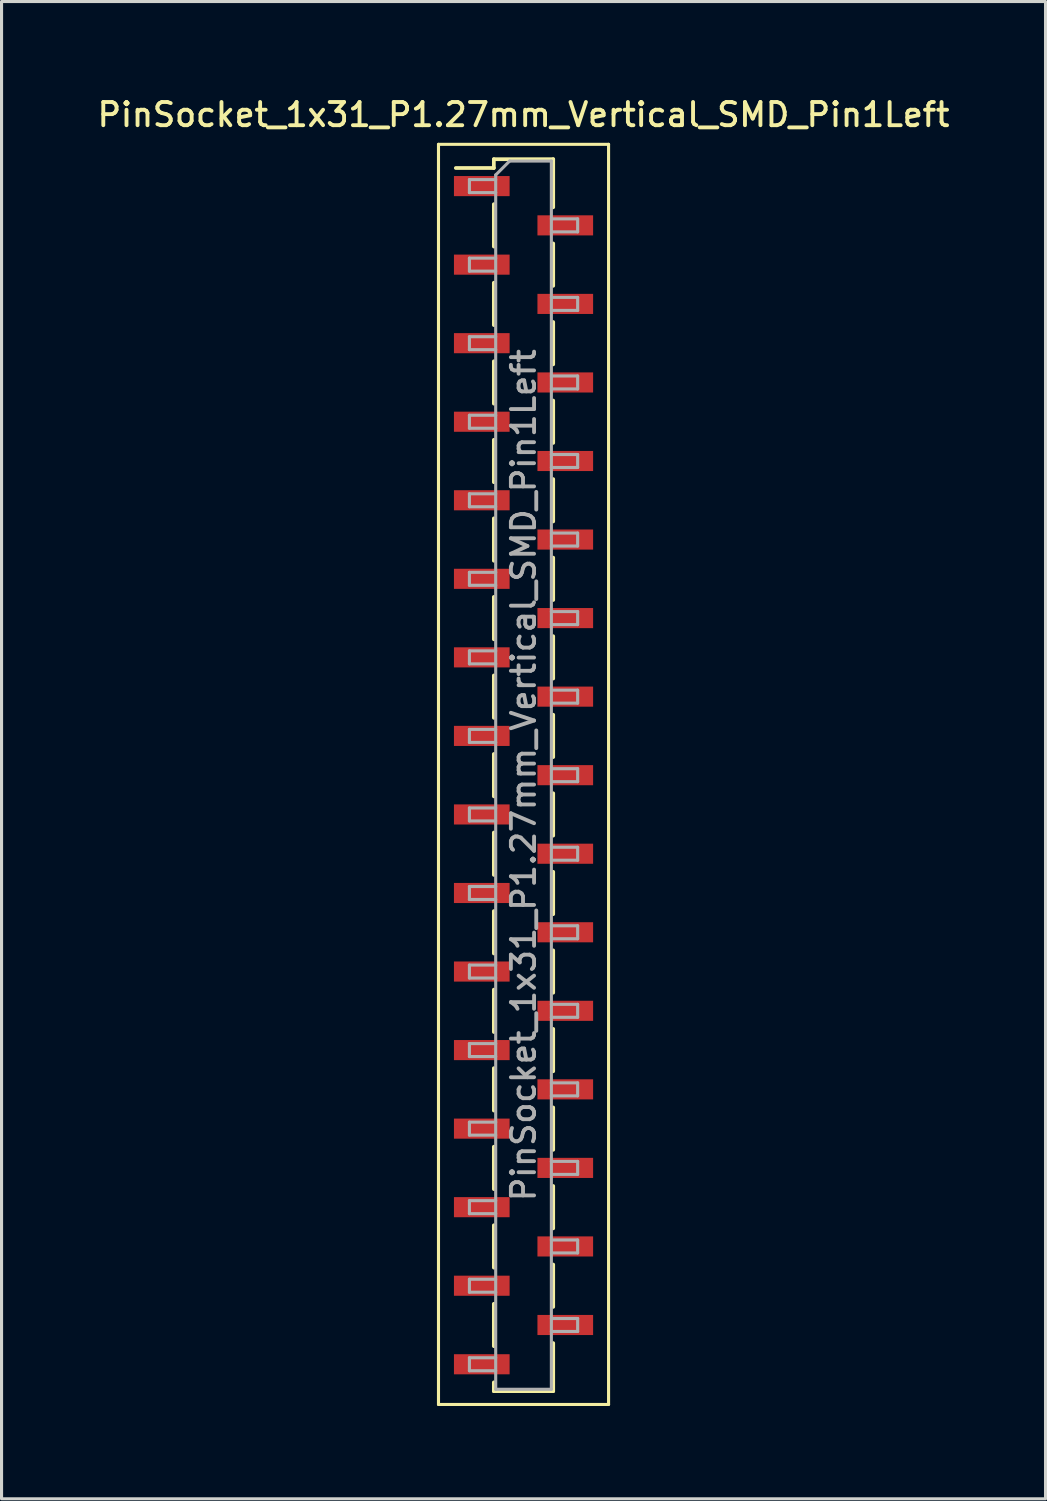
<source format=kicad_pcb>
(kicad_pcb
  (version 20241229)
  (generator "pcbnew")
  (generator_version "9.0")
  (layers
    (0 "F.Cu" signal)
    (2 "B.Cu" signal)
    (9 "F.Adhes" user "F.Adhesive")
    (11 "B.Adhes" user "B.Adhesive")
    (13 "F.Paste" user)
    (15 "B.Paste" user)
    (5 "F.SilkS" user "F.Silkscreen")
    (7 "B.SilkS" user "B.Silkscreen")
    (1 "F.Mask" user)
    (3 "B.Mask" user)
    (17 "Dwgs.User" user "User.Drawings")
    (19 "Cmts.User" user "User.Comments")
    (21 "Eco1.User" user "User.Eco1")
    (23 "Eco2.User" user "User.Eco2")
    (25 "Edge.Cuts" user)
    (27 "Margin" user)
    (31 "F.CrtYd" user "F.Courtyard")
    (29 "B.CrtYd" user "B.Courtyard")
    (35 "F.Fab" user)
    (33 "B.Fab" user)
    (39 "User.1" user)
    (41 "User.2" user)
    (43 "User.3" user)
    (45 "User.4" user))
  (footprint "PinSocket_1x31_P1.27mm_Vertical_SMD_Pin1Left"
    (layer "F.Cu")
    (at 13.88 22.018)
    (property "Reference" "PinSocket_1x31_P1.27mm_Vertical_SMD_Pin1Left" (at 0 -21.36 0) (layer "F.SilkS") (effects (font (size 0.75 0.75) (thickness 0.125))))
    (attr smd)
    (fp_line (start -2.75 -20.4) (end 2.75 -20.4) (stroke (width 0.1) (type solid)) (layer "F.SilkS"))
    (fp_line (start -2.75 20.35) (end -2.75 -20.4) (stroke (width 0.1) (type solid)) (layer "F.SilkS"))
    (fp_line (start -2.19 -19.635) (end -0.96 -19.635) (stroke (width 0.12) (type solid)) (layer "F.SilkS"))
    (fp_line (start -0.96 -19.92) (end -0.96 -19.635) (stroke (width 0.12) (type solid)) (layer "F.SilkS"))
    (fp_line (start -0.96 -19.92) (end 0.96 -19.92) (stroke (width 0.12) (type solid)) (layer "F.SilkS"))
    (fp_line (start -0.96 -18.465) (end -0.96 -17.095) (stroke (width 0.12) (type solid)) (layer "F.SilkS"))
    (fp_line (start -0.96 -15.925) (end -0.96 -14.555) (stroke (width 0.12) (type solid)) (layer "F.SilkS"))
    (fp_line (start -0.96 -13.385) (end -0.96 -12.015) (stroke (width 0.12) (type solid)) (layer "F.SilkS"))
    (fp_line (start -0.96 -10.845) (end -0.96 -9.475) (stroke (width 0.12) (type solid)) (layer "F.SilkS"))
    (fp_line (start -0.96 -8.305) (end -0.96 -6.935) (stroke (width 0.12) (type solid)) (layer "F.SilkS"))
    (fp_line (start -0.96 -5.765) (end -0.96 -4.395) (stroke (width 0.12) (type solid)) (layer "F.SilkS"))
    (fp_line (start -0.96 -3.225) (end -0.96 -1.855) (stroke (width 0.12) (type solid)) (layer "F.SilkS"))
    (fp_line (start -0.96 -0.685) (end -0.96 0.685) (stroke (width 0.12) (type solid)) (layer "F.SilkS"))
    (fp_line (start -0.96 1.855) (end -0.96 3.225) (stroke (width 0.12) (type solid)) (layer "F.SilkS"))
    (fp_line (start -0.96 4.395) (end -0.96 5.765) (stroke (width 0.12) (type solid)) (layer "F.SilkS"))
    (fp_line (start -0.96 6.935) (end -0.96 8.305) (stroke (width 0.12) (type solid)) (layer "F.SilkS"))
    (fp_line (start -0.96 9.475) (end -0.96 10.845) (stroke (width 0.12) (type solid)) (layer "F.SilkS"))
    (fp_line (start -0.96 12.015) (end -0.96 13.385) (stroke (width 0.12) (type solid)) (layer "F.SilkS"))
    (fp_line (start -0.96 14.555) (end -0.96 15.925) (stroke (width 0.12) (type solid)) (layer "F.SilkS"))
    (fp_line (start -0.96 17.095) (end -0.96 18.465) (stroke (width 0.12) (type solid)) (layer "F.SilkS"))
    (fp_line (start -0.96 19.635) (end -0.96 19.92) (stroke (width 0.12) (type solid)) (layer "F.SilkS"))
    (fp_line (start -0.96 19.92) (end 0.96 19.92) (stroke (width 0.12) (type solid)) (layer "F.SilkS"))
    (fp_line (start 0.96 -19.92) (end 0.96 -18.365) (stroke (width 0.12) (type solid)) (layer "F.SilkS"))
    (fp_line (start 0.96 -17.195) (end 0.96 -15.825) (stroke (width 0.12) (type solid)) (layer "F.SilkS"))
    (fp_line (start 0.96 -14.655) (end 0.96 -13.285) (stroke (width 0.12) (type solid)) (layer "F.SilkS"))
    (fp_line (start 0.96 -12.115) (end 0.96 -10.745) (stroke (width 0.12) (type solid)) (layer "F.SilkS"))
    (fp_line (start 0.96 -9.575) (end 0.96 -8.205) (stroke (width 0.12) (type solid)) (layer "F.SilkS"))
    (fp_line (start 0.96 -7.035) (end 0.96 -5.665) (stroke (width 0.12) (type solid)) (layer "F.SilkS"))
    (fp_line (start 0.96 -4.495) (end 0.96 -3.125) (stroke (width 0.12) (type solid)) (layer "F.SilkS"))
    (fp_line (start 0.96 -1.955) (end 0.96 -0.585) (stroke (width 0.12) (type solid)) (layer "F.SilkS"))
    (fp_line (start 0.96 0.585) (end 0.96 1.955) (stroke (width 0.12) (type solid)) (layer "F.SilkS"))
    (fp_line (start 0.96 3.125) (end 0.96 4.495) (stroke (width 0.12) (type solid)) (layer "F.SilkS"))
    (fp_line (start 0.96 5.665) (end 0.96 7.035) (stroke (width 0.12) (type solid)) (layer "F.SilkS"))
    (fp_line (start 0.96 8.205) (end 0.96 9.575) (stroke (width 0.12) (type solid)) (layer "F.SilkS"))
    (fp_line (start 0.96 10.745) (end 0.96 12.115) (stroke (width 0.12) (type solid)) (layer "F.SilkS"))
    (fp_line (start 0.96 13.285) (end 0.96 14.655) (stroke (width 0.12) (type solid)) (layer "F.SilkS"))
    (fp_line (start 0.96 15.825) (end 0.96 17.195) (stroke (width 0.12) (type solid)) (layer "F.SilkS"))
    (fp_line (start 0.96 18.365) (end 0.96 19.92) (stroke (width 0.12) (type solid)) (layer "F.SilkS"))
    (fp_line (start 2.75 -20.4) (end 2.75 20.35) (stroke (width 0.1) (type solid)) (layer "F.SilkS"))
    (fp_line (start 2.75 20.35) (end -2.75 20.35) (stroke (width 0.1) (type solid)) (layer "F.SilkS"))
    (fp_line (start -1.75 -19.26) (end -0.9 -19.26) (stroke (width 0.1) (type solid)) (layer "F.Fab"))
    (fp_line (start -1.75 -18.84) (end -1.75 -19.26) (stroke (width 0.1) (type solid)) (layer "F.Fab"))
    (fp_line (start -1.75 -16.72) (end -0.9 -16.72) (stroke (width 0.1) (type solid)) (layer "F.Fab"))
    (fp_line (start -1.75 -16.3) (end -1.75 -16.72) (stroke (width 0.1) (type solid)) (layer "F.Fab"))
    (fp_line (start -1.75 -14.18) (end -0.9 -14.18) (stroke (width 0.1) (type solid)) (layer "F.Fab"))
    (fp_line (start -1.75 -13.76) (end -1.75 -14.18) (stroke (width 0.1) (type solid)) (layer "F.Fab"))
    (fp_line (start -1.75 -11.64) (end -0.9 -11.64) (stroke (width 0.1) (type solid)) (layer "F.Fab"))
    (fp_line (start -1.75 -11.22) (end -1.75 -11.64) (stroke (width 0.1) (type solid)) (layer "F.Fab"))
    (fp_line (start -1.75 -9.1) (end -0.9 -9.1) (stroke (width 0.1) (type solid)) (layer "F.Fab"))
    (fp_line (start -1.75 -8.68) (end -1.75 -9.1) (stroke (width 0.1) (type solid)) (layer "F.Fab"))
    (fp_line (start -1.75 -6.56) (end -0.9 -6.56) (stroke (width 0.1) (type solid)) (layer "F.Fab"))
    (fp_line (start -1.75 -6.14) (end -1.75 -6.56) (stroke (width 0.1) (type solid)) (layer "F.Fab"))
    (fp_line (start -1.75 -4.02) (end -0.9 -4.02) (stroke (width 0.1) (type solid)) (layer "F.Fab"))
    (fp_line (start -1.75 -3.6) (end -1.75 -4.02) (stroke (width 0.1) (type solid)) (layer "F.Fab"))
    (fp_line (start -1.75 -1.48) (end -0.9 -1.48) (stroke (width 0.1) (type solid)) (layer "F.Fab"))
    (fp_line (start -1.75 -1.06) (end -1.75 -1.48) (stroke (width 0.1) (type solid)) (layer "F.Fab"))
    (fp_line (start -1.75 1.06) (end -0.9 1.06) (stroke (width 0.1) (type solid)) (layer "F.Fab"))
    (fp_line (start -1.75 1.48) (end -1.75 1.06) (stroke (width 0.1) (type solid)) (layer "F.Fab"))
    (fp_line (start -1.75 3.6) (end -0.9 3.6) (stroke (width 0.1) (type solid)) (layer "F.Fab"))
    (fp_line (start -1.75 4.02) (end -1.75 3.6) (stroke (width 0.1) (type solid)) (layer "F.Fab"))
    (fp_line (start -1.75 6.14) (end -0.9 6.14) (stroke (width 0.1) (type solid)) (layer "F.Fab"))
    (fp_line (start -1.75 6.56) (end -1.75 6.14) (stroke (width 0.1) (type solid)) (layer "F.Fab"))
    (fp_line (start -1.75 8.68) (end -0.9 8.68) (stroke (width 0.1) (type solid)) (layer "F.Fab"))
    (fp_line (start -1.75 9.1) (end -1.75 8.68) (stroke (width 0.1) (type solid)) (layer "F.Fab"))
    (fp_line (start -1.75 11.22) (end -0.9 11.22) (stroke (width 0.1) (type solid)) (layer "F.Fab"))
    (fp_line (start -1.75 11.64) (end -1.75 11.22) (stroke (width 0.1) (type solid)) (layer "F.Fab"))
    (fp_line (start -1.75 13.76) (end -0.9 13.76) (stroke (width 0.1) (type solid)) (layer "F.Fab"))
    (fp_line (start -1.75 14.18) (end -1.75 13.76) (stroke (width 0.1) (type solid)) (layer "F.Fab"))
    (fp_line (start -1.75 16.3) (end -0.9 16.3) (stroke (width 0.1) (type solid)) (layer "F.Fab"))
    (fp_line (start -1.75 16.72) (end -1.75 16.3) (stroke (width 0.1) (type solid)) (layer "F.Fab"))
    (fp_line (start -1.75 18.84) (end -0.9 18.84) (stroke (width 0.1) (type solid)) (layer "F.Fab"))
    (fp_line (start -1.75 19.26) (end -1.75 18.84) (stroke (width 0.1) (type solid)) (layer "F.Fab"))
    (fp_line (start -0.9 -19.41) (end -0.45 -19.86) (stroke (width 0.1) (type solid)) (layer "F.Fab"))
    (fp_line (start -0.9 -18.84) (end -1.75 -18.84) (stroke (width 0.1) (type solid)) (layer "F.Fab"))
    (fp_line (start -0.9 -16.3) (end -1.75 -16.3) (stroke (width 0.1) (type solid)) (layer "F.Fab"))
    (fp_line (start -0.9 -13.76) (end -1.75 -13.76) (stroke (width 0.1) (type solid)) (layer "F.Fab"))
    (fp_line (start -0.9 -11.22) (end -1.75 -11.22) (stroke (width 0.1) (type solid)) (layer "F.Fab"))
    (fp_line (start -0.9 -8.68) (end -1.75 -8.68) (stroke (width 0.1) (type solid)) (layer "F.Fab"))
    (fp_line (start -0.9 -6.14) (end -1.75 -6.14) (stroke (width 0.1) (type solid)) (layer "F.Fab"))
    (fp_line (start -0.9 -3.6) (end -1.75 -3.6) (stroke (width 0.1) (type solid)) (layer "F.Fab"))
    (fp_line (start -0.9 -1.06) (end -1.75 -1.06) (stroke (width 0.1) (type solid)) (layer "F.Fab"))
    (fp_line (start -0.9 1.48) (end -1.75 1.48) (stroke (width 0.1) (type solid)) (layer "F.Fab"))
    (fp_line (start -0.9 4.02) (end -1.75 4.02) (stroke (width 0.1) (type solid)) (layer "F.Fab"))
    (fp_line (start -0.9 6.56) (end -1.75 6.56) (stroke (width 0.1) (type solid)) (layer "F.Fab"))
    (fp_line (start -0.9 9.1) (end -1.75 9.1) (stroke (width 0.1) (type solid)) (layer "F.Fab"))
    (fp_line (start -0.9 11.64) (end -1.75 11.64) (stroke (width 0.1) (type solid)) (layer "F.Fab"))
    (fp_line (start -0.9 14.18) (end -1.75 14.18) (stroke (width 0.1) (type solid)) (layer "F.Fab"))
    (fp_line (start -0.9 16.72) (end -1.75 16.72) (stroke (width 0.1) (type solid)) (layer "F.Fab"))
    (fp_line (start -0.9 19.26) (end -1.75 19.26) (stroke (width 0.1) (type solid)) (layer "F.Fab"))
    (fp_line (start -0.9 19.86) (end -0.9 -19.41) (stroke (width 0.1) (type solid)) (layer "F.Fab"))
    (fp_line (start -0.45 -19.86) (end 0.9 -19.86) (stroke (width 0.1) (type solid)) (layer "F.Fab"))
    (fp_line (start 0.9 -19.86) (end 0.9 19.86) (stroke (width 0.1) (type solid)) (layer "F.Fab"))
    (fp_line (start 0.9 -17.99) (end 1.75 -17.99) (stroke (width 0.1) (type solid)) (layer "F.Fab"))
    (fp_line (start 0.9 -15.45) (end 1.75 -15.45) (stroke (width 0.1) (type solid)) (layer "F.Fab"))
    (fp_line (start 0.9 -12.91) (end 1.75 -12.91) (stroke (width 0.1) (type solid)) (layer "F.Fab"))
    (fp_line (start 0.9 -10.37) (end 1.75 -10.37) (stroke (width 0.1) (type solid)) (layer "F.Fab"))
    (fp_line (start 0.9 -7.83) (end 1.75 -7.83) (stroke (width 0.1) (type solid)) (layer "F.Fab"))
    (fp_line (start 0.9 -5.29) (end 1.75 -5.29) (stroke (width 0.1) (type solid)) (layer "F.Fab"))
    (fp_line (start 0.9 -2.75) (end 1.75 -2.75) (stroke (width 0.1) (type solid)) (layer "F.Fab"))
    (fp_line (start 0.9 -0.21) (end 1.75 -0.21) (stroke (width 0.1) (type solid)) (layer "F.Fab"))
    (fp_line (start 0.9 2.33) (end 1.75 2.33) (stroke (width 0.1) (type solid)) (layer "F.Fab"))
    (fp_line (start 0.9 4.87) (end 1.75 4.87) (stroke (width 0.1) (type solid)) (layer "F.Fab"))
    (fp_line (start 0.9 7.41) (end 1.75 7.41) (stroke (width 0.1) (type solid)) (layer "F.Fab"))
    (fp_line (start 0.9 9.95) (end 1.75 9.95) (stroke (width 0.1) (type solid)) (layer "F.Fab"))
    (fp_line (start 0.9 12.49) (end 1.75 12.49) (stroke (width 0.1) (type solid)) (layer "F.Fab"))
    (fp_line (start 0.9 15.03) (end 1.75 15.03) (stroke (width 0.1) (type solid)) (layer "F.Fab"))
    (fp_line (start 0.9 17.57) (end 1.75 17.57) (stroke (width 0.1) (type solid)) (layer "F.Fab"))
    (fp_line (start 0.9 19.86) (end -0.9 19.86) (stroke (width 0.1) (type solid)) (layer "F.Fab"))
    (fp_line (start 1.75 -17.99) (end 1.75 -17.57) (stroke (width 0.1) (type solid)) (layer "F.Fab"))
    (fp_line (start 1.75 -17.57) (end 0.9 -17.57) (stroke (width 0.1) (type solid)) (layer "F.Fab"))
    (fp_line (start 1.75 -15.45) (end 1.75 -15.03) (stroke (width 0.1) (type solid)) (layer "F.Fab"))
    (fp_line (start 1.75 -15.03) (end 0.9 -15.03) (stroke (width 0.1) (type solid)) (layer "F.Fab"))
    (fp_line (start 1.75 -12.91) (end 1.75 -12.49) (stroke (width 0.1) (type solid)) (layer "F.Fab"))
    (fp_line (start 1.75 -12.49) (end 0.9 -12.49) (stroke (width 0.1) (type solid)) (layer "F.Fab"))
    (fp_line (start 1.75 -10.37) (end 1.75 -9.95) (stroke (width 0.1) (type solid)) (layer "F.Fab"))
    (fp_line (start 1.75 -9.95) (end 0.9 -9.95) (stroke (width 0.1) (type solid)) (layer "F.Fab"))
    (fp_line (start 1.75 -7.83) (end 1.75 -7.41) (stroke (width 0.1) (type solid)) (layer "F.Fab"))
    (fp_line (start 1.75 -7.41) (end 0.9 -7.41) (stroke (width 0.1) (type solid)) (layer "F.Fab"))
    (fp_line (start 1.75 -5.29) (end 1.75 -4.87) (stroke (width 0.1) (type solid)) (layer "F.Fab"))
    (fp_line (start 1.75 -4.87) (end 0.9 -4.87) (stroke (width 0.1) (type solid)) (layer "F.Fab"))
    (fp_line (start 1.75 -2.75) (end 1.75 -2.33) (stroke (width 0.1) (type solid)) (layer "F.Fab"))
    (fp_line (start 1.75 -2.33) (end 0.9 -2.33) (stroke (width 0.1) (type solid)) (layer "F.Fab"))
    (fp_line (start 1.75 -0.21) (end 1.75 0.21) (stroke (width 0.1) (type solid)) (layer "F.Fab"))
    (fp_line (start 1.75 0.21) (end 0.9 0.21) (stroke (width 0.1) (type solid)) (layer "F.Fab"))
    (fp_line (start 1.75 2.33) (end 1.75 2.75) (stroke (width 0.1) (type solid)) (layer "F.Fab"))
    (fp_line (start 1.75 2.75) (end 0.9 2.75) (stroke (width 0.1) (type solid)) (layer "F.Fab"))
    (fp_line (start 1.75 4.87) (end 1.75 5.29) (stroke (width 0.1) (type solid)) (layer "F.Fab"))
    (fp_line (start 1.75 5.29) (end 0.9 5.29) (stroke (width 0.1) (type solid)) (layer "F.Fab"))
    (fp_line (start 1.75 7.41) (end 1.75 7.83) (stroke (width 0.1) (type solid)) (layer "F.Fab"))
    (fp_line (start 1.75 7.83) (end 0.9 7.83) (stroke (width 0.1) (type solid)) (layer "F.Fab"))
    (fp_line (start 1.75 9.95) (end 1.75 10.37) (stroke (width 0.1) (type solid)) (layer "F.Fab"))
    (fp_line (start 1.75 10.37) (end 0.9 10.37) (stroke (width 0.1) (type solid)) (layer "F.Fab"))
    (fp_line (start 1.75 12.49) (end 1.75 12.91) (stroke (width 0.1) (type solid)) (layer "F.Fab"))
    (fp_line (start 1.75 12.91) (end 0.9 12.91) (stroke (width 0.1) (type solid)) (layer "F.Fab"))
    (fp_line (start 1.75 15.03) (end 1.75 15.45) (stroke (width 0.1) (type solid)) (layer "F.Fab"))
    (fp_line (start 1.75 15.45) (end 0.9 15.45) (stroke (width 0.1) (type solid)) (layer "F.Fab"))
    (fp_line (start 1.75 17.57) (end 1.75 17.99) (stroke (width 0.1) (type solid)) (layer "F.Fab"))
    (fp_line (start 1.75 17.99) (end 0.9 17.99) (stroke (width 0.1) (type solid)) (layer "F.Fab"))
    (fp_text user "${REFERENCE}" (at 0 0 90) (layer "F.Fab") (effects (font (size 0.75 0.75) (thickness 0.125))))
    (pad "1" smd rect (at -1.35 -19.05) (size 1.8 0.65) (layers "F.Cu" "F.Mask" "F.Paste"))
    (pad "2" smd rect (at 1.35 -17.78) (size 1.8 0.65) (layers "F.Cu" "F.Mask" "F.Paste"))
    (pad "3" smd rect (at -1.35 -16.51) (size 1.8 0.65) (layers "F.Cu" "F.Mask" "F.Paste"))
    (pad "4" smd rect (at 1.35 -15.24) (size 1.8 0.65) (layers "F.Cu" "F.Mask" "F.Paste"))
    (pad "5" smd rect (at -1.35 -13.97) (size 1.8 0.65) (layers "F.Cu" "F.Mask" "F.Paste"))
    (pad "6" smd rect (at 1.35 -12.7) (size 1.8 0.65) (layers "F.Cu" "F.Mask" "F.Paste"))
    (pad "7" smd rect (at -1.35 -11.43) (size 1.8 0.65) (layers "F.Cu" "F.Mask" "F.Paste"))
    (pad "8" smd rect (at 1.35 -10.16) (size 1.8 0.65) (layers "F.Cu" "F.Mask" "F.Paste"))
    (pad "9" smd rect (at -1.35 -8.89) (size 1.8 0.65) (layers "F.Cu" "F.Mask" "F.Paste"))
    (pad "10" smd rect (at 1.35 -7.62) (size 1.8 0.65) (layers "F.Cu" "F.Mask" "F.Paste"))
    (pad "11" smd rect (at -1.35 -6.35) (size 1.8 0.65) (layers "F.Cu" "F.Mask" "F.Paste"))
    (pad "12" smd rect (at 1.35 -5.08) (size 1.8 0.65) (layers "F.Cu" "F.Mask" "F.Paste"))
    (pad "13" smd rect (at -1.35 -3.81) (size 1.8 0.65) (layers "F.Cu" "F.Mask" "F.Paste"))
    (pad "14" smd rect (at 1.35 -2.54) (size 1.8 0.65) (layers "F.Cu" "F.Mask" "F.Paste"))
    (pad "15" smd rect (at -1.35 -1.27) (size 1.8 0.65) (layers "F.Cu" "F.Mask" "F.Paste"))
    (pad "16" smd rect (at 1.35 0) (size 1.8 0.65) (layers "F.Cu" "F.Mask" "F.Paste"))
    (pad "17" smd rect (at -1.35 1.27) (size 1.8 0.65) (layers "F.Cu" "F.Mask" "F.Paste"))
    (pad "18" smd rect (at 1.35 2.54) (size 1.8 0.65) (layers "F.Cu" "F.Mask" "F.Paste"))
    (pad "19" smd rect (at -1.35 3.81) (size 1.8 0.65) (layers "F.Cu" "F.Mask" "F.Paste"))
    (pad "20" smd rect (at 1.35 5.08) (size 1.8 0.65) (layers "F.Cu" "F.Mask" "F.Paste"))
    (pad "21" smd rect (at -1.35 6.35) (size 1.8 0.65) (layers "F.Cu" "F.Mask" "F.Paste"))
    (pad "22" smd rect (at 1.35 7.62) (size 1.8 0.65) (layers "F.Cu" "F.Mask" "F.Paste"))
    (pad "23" smd rect (at -1.35 8.89) (size 1.8 0.65) (layers "F.Cu" "F.Mask" "F.Paste"))
    (pad "24" smd rect (at 1.35 10.16) (size 1.8 0.65) (layers "F.Cu" "F.Mask" "F.Paste"))
    (pad "25" smd rect (at -1.35 11.43) (size 1.8 0.65) (layers "F.Cu" "F.Mask" "F.Paste"))
    (pad "26" smd rect (at 1.35 12.7) (size 1.8 0.65) (layers "F.Cu" "F.Mask" "F.Paste"))
    (pad "27" smd rect (at -1.35 13.97) (size 1.8 0.65) (layers "F.Cu" "F.Mask" "F.Paste"))
    (pad "28" smd rect (at 1.35 15.24) (size 1.8 0.65) (layers "F.Cu" "F.Mask" "F.Paste"))
    (pad "29" smd rect (at -1.35 16.51) (size 1.8 0.65) (layers "F.Cu" "F.Mask" "F.Paste"))
    (pad "30" smd rect (at 1.35 17.78) (size 1.8 0.65) (layers "F.Cu" "F.Mask" "F.Paste"))
    (pad "31" smd rect (at -1.35 19.05) (size 1.8 0.65) (layers "F.Cu" "F.Mask" "F.Paste")))
  (gr_rect
    (start -3 -3)
    (end 30.761 45.418)
    (stroke (width 0.1) (type default))
    (fill no)
    (layer "Edge.Cuts")))
</source>
